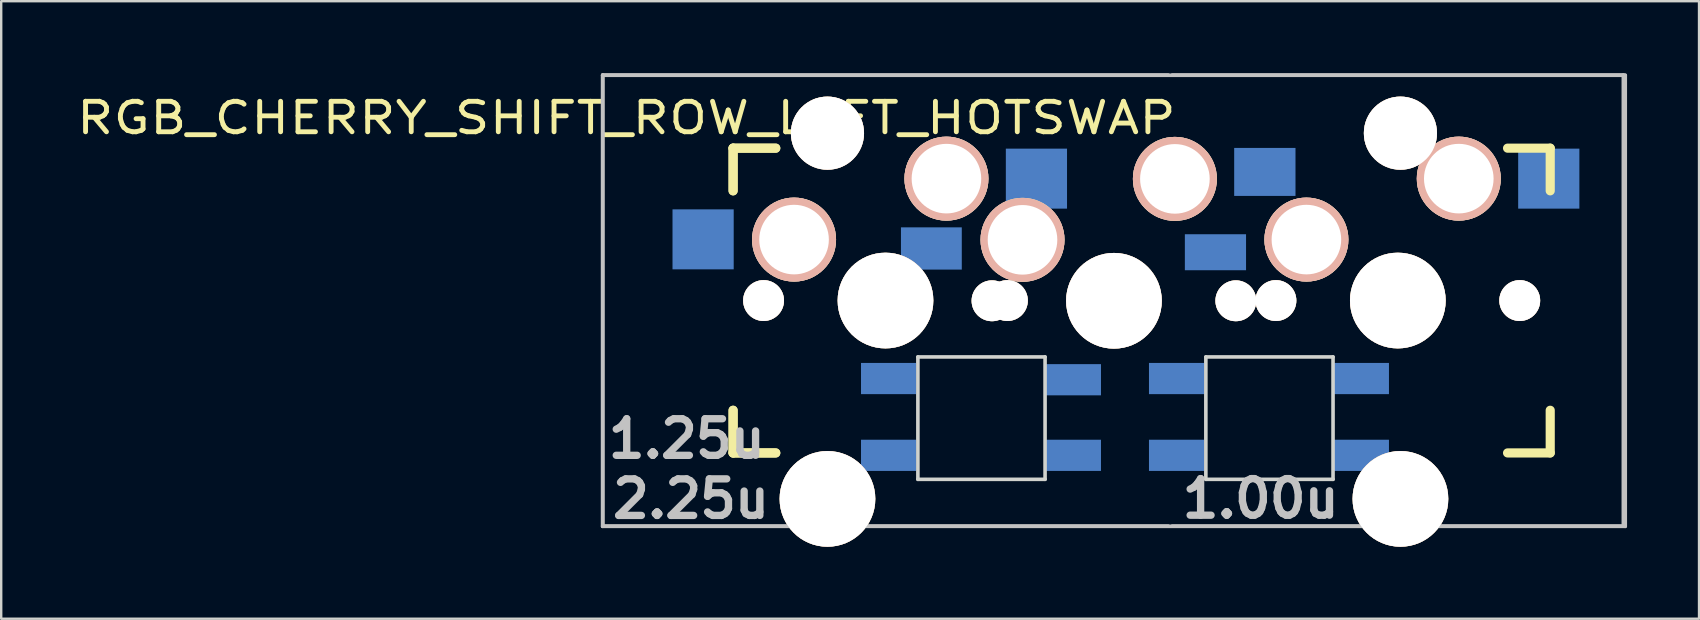
<source format=kicad_pcb>
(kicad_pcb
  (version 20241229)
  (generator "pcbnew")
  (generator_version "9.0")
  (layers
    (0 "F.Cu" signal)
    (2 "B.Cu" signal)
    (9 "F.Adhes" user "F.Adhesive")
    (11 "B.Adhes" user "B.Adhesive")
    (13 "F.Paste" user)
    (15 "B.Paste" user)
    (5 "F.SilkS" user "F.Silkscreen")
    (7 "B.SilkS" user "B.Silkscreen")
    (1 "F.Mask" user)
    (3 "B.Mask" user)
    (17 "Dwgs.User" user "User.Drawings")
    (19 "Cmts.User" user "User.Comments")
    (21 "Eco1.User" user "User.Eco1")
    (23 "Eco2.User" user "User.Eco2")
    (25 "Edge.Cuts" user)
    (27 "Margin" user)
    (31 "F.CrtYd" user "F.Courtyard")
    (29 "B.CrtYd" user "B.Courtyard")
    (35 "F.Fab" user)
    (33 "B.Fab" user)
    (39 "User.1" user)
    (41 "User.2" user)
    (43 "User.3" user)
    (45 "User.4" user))
  (footprint "RGB_CHERRY_SHIFT_ROW_LEFT_HOTSWAP"
    (layer "F.Cu")
    (at 45.279 9.474)
    (property "Reference" "RGB_CHERRY_SHIFT_ROW_LEFT_HOTSWAP" (at -22.23 -7.61 0) (layer "F.SilkS") (effects (font (size 1.27 1.524) (thickness 0.203))))
    (attr through_hole)
    (fp_line (start -17.78 -6.35) (end -16.002 -6.35) (stroke (width 0.381) (type solid)) (layer "F.SilkS"))
    (fp_line (start -17.78 -6.35) (end -16.002 -6.35) (stroke (width 0.381) (type solid)) (layer "F.SilkS"))
    (fp_line (start -17.78 -4.572) (end -17.78 -6.35) (stroke (width 0.381) (type solid)) (layer "F.SilkS"))
    (fp_line (start -17.78 -4.572) (end -17.78 -6.35) (stroke (width 0.381) (type solid)) (layer "F.SilkS"))
    (fp_line (start -17.78 6.35) (end -17.78 4.572) (stroke (width 0.381) (type solid)) (layer "F.SilkS"))
    (fp_line (start -17.78 6.35) (end -17.78 4.572) (stroke (width 0.381) (type solid)) (layer "F.SilkS"))
    (fp_line (start -16.002 6.35) (end -17.78 6.35) (stroke (width 0.381) (type solid)) (layer "F.SilkS"))
    (fp_line (start -16.002 6.35) (end -17.78 6.35) (stroke (width 0.381) (type solid)) (layer "F.SilkS"))
    (fp_line (start 14.492 -6.35) (end 16.27 -6.35) (stroke (width 0.381) (type solid)) (layer "F.SilkS"))
    (fp_line (start 16.27 -6.35) (end 16.27 -4.572) (stroke (width 0.381) (type solid)) (layer "F.SilkS"))
    (fp_line (start 16.27 4.572) (end 16.27 6.35) (stroke (width 0.381) (type solid)) (layer "F.SilkS"))
    (fp_line (start 16.27 6.35) (end 14.492 6.35) (stroke (width 0.381) (type solid)) (layer "F.SilkS"))
    (fp_line (start -23.216 -9.388) (end 19.396 -9.388) (stroke (width 0.152) (type solid)) (layer "Dwgs.User"))
    (fp_line (start -23.216 9.408) (end -23.216 -9.388) (stroke (width 0.152) (type solid)) (layer "Dwgs.User"))
    (fp_line (start -23.211 -9.398) (end 0.351 -9.398) (stroke (width 0.152) (type solid)) (layer "Dwgs.User"))
    (fp_line (start -23.211 9.398) (end -23.211 -9.398) (stroke (width 0.152) (type solid)) (layer "Dwgs.User"))
    (fp_line (start 0.351 9.398) (end -23.211 9.398) (stroke (width 0.152) (type solid)) (layer "Dwgs.User"))
    (fp_line (start 0.522 -9.398) (end 19.318 -9.398) (stroke (width 0.152) (type solid)) (layer "Dwgs.User"))
    (fp_line (start 19.318 -9.398) (end 19.318 9.398) (stroke (width 0.152) (type solid)) (layer "Dwgs.User"))
    (fp_line (start 19.318 9.398) (end 0.522 9.398) (stroke (width 0.152) (type solid)) (layer "Dwgs.User"))
    (fp_line (start 19.396 -9.388) (end 19.396 9.408) (stroke (width 0.152) (type solid)) (layer "Dwgs.User"))
    (fp_line (start 19.396 9.408) (end -23.216 9.408) (stroke (width 0.152) (type solid)) (layer "Dwgs.User"))
    (fp_line (start -18.415 -6.985) (end -4.445 -6.985) (stroke (width 0.152) (type solid)) (layer "Eco2.User"))
    (fp_line (start -18.415 -6.985) (end -4.445 -6.985) (stroke (width 0.152) (type solid)) (layer "Eco2.User"))
    (fp_line (start -18.415 6.985) (end -18.415 -6.985) (stroke (width 0.152) (type solid)) (layer "Eco2.User"))
    (fp_line (start -18.415 6.985) (end -18.415 -6.985) (stroke (width 0.152) (type solid)) (layer "Eco2.User"))
    (fp_line (start -8.895 -6.975) (end 5.075 -6.975) (stroke (width 0.152) (type solid)) (layer "Eco2.User"))
    (fp_line (start -4.845 7.045) (end -4.845 5.877) (stroke (width 0.152) (type solid)) (layer "Eco2.User"))
    (fp_line (start 2.935 -6.985) (end 16.905 -6.985) (stroke (width 0.152) (type solid)) (layer "Eco2.User"))
    (fp_line (start 2.99 6.985) (end -18.415 6.985) (stroke (width 0.152) (type solid)) (layer "Eco2.User"))
    (fp_line (start 16.905 -6.985) (end 16.905 6.985) (stroke (width 0.152) (type solid)) (layer "Eco2.User"))
    (fp_line (start 16.905 6.985) (end 2.935 6.985) (stroke (width 0.152) (type solid)) (layer "Eco2.User"))
    (fp_line (start -10.08 2.35) (end -10.08 7.45) (stroke (width 0.15) (type solid)) (layer "Edge.Cuts"))
    (fp_line (start -10.08 2.35) (end -4.78 2.35) (stroke (width 0.15) (type solid)) (layer "Edge.Cuts"))
    (fp_line (start -4.78 2.35) (end -4.78 7.45) (stroke (width 0.15) (type solid)) (layer "Edge.Cuts"))
    (fp_line (start -4.78 7.45) (end -10.08 7.45) (stroke (width 0.15) (type solid)) (layer "Edge.Cuts"))
    (fp_line (start 1.92 2.35) (end 1.92 7.45) (stroke (width 0.15) (type solid)) (layer "Edge.Cuts"))
    (fp_line (start 1.92 2.35) (end 7.22 2.35) (stroke (width 0.15) (type solid)) (layer "Edge.Cuts"))
    (fp_line (start 7.22 2.35) (end 7.22 7.45) (stroke (width 0.15) (type solid)) (layer "Edge.Cuts"))
    (fp_line (start 7.22 7.45) (end 1.92 7.45) (stroke (width 0.15) (type solid)) (layer "Edge.Cuts"))
    (fp_text user "2.25u" (at -19.533 8.265 0) (layer "Dwgs.User") (effects (font (size 1.524 1.524) (thickness 0.305))))
    (fp_text user "1.25u" (at -19.71 5.76 0) (layer "Dwgs.User") (effects (font (size 1.524 1.524) (thickness 0.305))))
    (fp_text user "1.00u" (at 4.205 8.255 0) (layer "Dwgs.User") (effects (font (size 1.524 1.524) (thickness 0.305))))
    (pad "" np_thru_hole circle (at -16.51 0) (size 1.702 1.702) (drill 1.702) (layers "*.Cu" "*.SilkS" "*.Mask"))
    (pad "" np_thru_hole circle (at -13.848 -6.975) (size 3.048 3.048) (drill 3.048) (layers "*.Cu" "*.SilkS" "*.Mask"))
    (pad "" np_thru_hole circle (at -13.848 8.265) (size 3.988 3.988) (drill 3.988) (layers "*.Cu" "*.SilkS" "*.Mask"))
    (pad "" np_thru_hole circle (at -11.43 0) (size 3.988 3.988) (drill 3.988) (layers "*.Cu" "*.SilkS" "*.Mask"))
    (pad "" np_thru_hole circle (at -6.99 0.01) (size 1.702 1.702) (drill 1.702) (layers "*.Cu" "*.SilkS" "*.Mask"))
    (pad "" np_thru_hole circle (at -6.35 0) (size 1.702 1.702) (drill 1.702) (layers "*.Cu" "*.SilkS" "*.Mask"))
    (pad "" np_thru_hole circle (at -1.91 0.01) (size 3.988 3.988) (drill 3.988) (layers "*.Cu" "*.SilkS" "*.Mask"))
    (pad "" np_thru_hole circle (at 3.17 0.01) (size 1.702 1.702) (drill 1.702) (layers "*.Cu" "*.SilkS" "*.Mask"))
    (pad "" np_thru_hole circle (at 4.84 0) (size 1.702 1.702) (drill 1.702) (layers "*.Cu" "*.SilkS" "*.Mask"))
    (pad "" np_thru_hole circle (at 9.92 0) (size 3.988 3.988) (drill 3.988) (layers "*.Cu" "*.SilkS" "*.Mask"))
    (pad "" np_thru_hole circle (at 10.028 -6.975) (size 3.048 3.048) (drill 3.048) (layers "*.Cu" "*.SilkS" "*.Mask"))
    (pad "" np_thru_hole circle (at 10.028 8.265) (size 3.988 3.988) (drill 3.988) (layers "*.Cu" "*.SilkS" "*.Mask"))
    (pad "" np_thru_hole circle (at 15 0) (size 1.702 1.702) (drill 1.702) (layers "*.Cu" "*.SilkS" "*.Mask"))
    (pad "1" thru_hole circle (at -8.89 -5.08) (size 3.5 3.5) (drill 2.9) (layers "*.Cu" "*.SilkS" "*.Mask"))
    (pad "1" smd rect (at -5.14 -5.08) (size 2.55 2.5) (layers "B.Cu" "B.Mask" "B.Paste"))
    (pad "1" thru_hole circle (at 0.63 -5.07) (size 2.286 2.286) (drill 1.499) (layers "*.Cu" "*.SilkS" "*.Mask"))
    (pad "1" thru_hole circle (at 0.63 -5.07) (size 3.5 3.5) (drill 2.9) (layers "*.Cu" "*.SilkS" "*.Mask"))
    (pad "1" smd rect (at 4.378 -5.36) (size 2.555 2) (layers "B.Cu" "B.Mask" "B.Paste"))
    (pad "2" smd rect (at -19.03 -2.55) (size 2.55 2.5) (layers "B.Cu" "B.Mask" "B.Paste"))
    (pad "2" thru_hole circle (at -15.24 -2.54) (size 3.5 3.5) (drill 2.9) (layers "*.Cu" "*.SilkS" "*.Mask"))
    (pad "2" smd rect (at -9.518 -2.17) (size 2.535 1.76) (layers "B.Cu" "B.Mask" "B.Paste"))
    (pad "2" thru_hole circle (at -5.72 -2.53) (size 2.286 2.286) (drill 1.499) (layers "*.Cu" "*.SilkS" "*.Mask"))
    (pad "2" thru_hole circle (at -5.72 -2.53) (size 3.5 3.5) (drill 2.9) (layers "*.Cu" "*.SilkS" "*.Mask"))
    (pad "3" thru_hole circle (at 12.46 -5.08) (size 3.5 3.5) (drill 2.9) (layers "*.Cu" "*.SilkS" "*.Mask"))
    (pad "3" smd rect (at 16.21 -5.08) (size 2.55 2.5) (layers "B.Cu" "B.Mask" "B.Paste"))
    (pad "4" smd rect (at 2.32 -2.013) (size 2.55 1.5) (layers "B.Cu" "B.Mask" "B.Paste"))
    (pad "4" thru_hole circle (at 6.11 -2.54) (size 3.5 3.5) (drill 2.9) (layers "*.Cu" "*.SilkS" "*.Mask"))
    (pad "5" smd rect (at -12.4 3.25 180) (size 2.3 1.3) (drill (offset -1.1 0)) (layers "B.Cu" "B.Mask" "B.Paste"))
    (pad "6" smd rect (at -12.4 6.45 180) (size 2.3 1.3) (drill (offset -1.1 0)) (layers "B.Cu" "B.Mask" "B.Paste"))
    (pad "7" smd rect (at -2.5 6.45 180) (size 2.3 1.3) (drill (offset 1.1 0)) (layers "B.Cu" "B.Mask" "B.Paste"))
    (pad "8" smd rect (at -2.5 3.3 180) (size 2.3 1.3) (drill (offset 1.1 0)) (layers "B.Cu" "B.Mask" "B.Paste"))
    (pad "9" smd rect (at -0.4 3.25 180) (size 2.3 1.3) (drill (offset -1.1 0)) (layers "B.Cu" "B.Mask" "B.Paste"))
    (pad "10" smd rect (at -0.4 6.45 180) (size 2.3 1.3) (drill (offset -1.1 0)) (layers "B.Cu" "B.Mask" "B.Paste"))
    (pad "11" smd rect (at 9.5 6.45 180) (size 2.3 1.3) (drill (offset 1.1 0)) (layers "B.Cu" "B.Mask" "B.Paste"))
    (pad "12" smd rect (at 9.5 3.25 180) (size 2.3 1.3) (drill (offset 1.1 0)) (layers "B.Cu" "B.Mask" "B.Paste")))
  (gr_rect
    (start -3 -3)
    (end 67.75 22.733)
    (stroke (width 0.1) (type default))
    (fill no)
    (layer "Edge.Cuts")))
</source>
